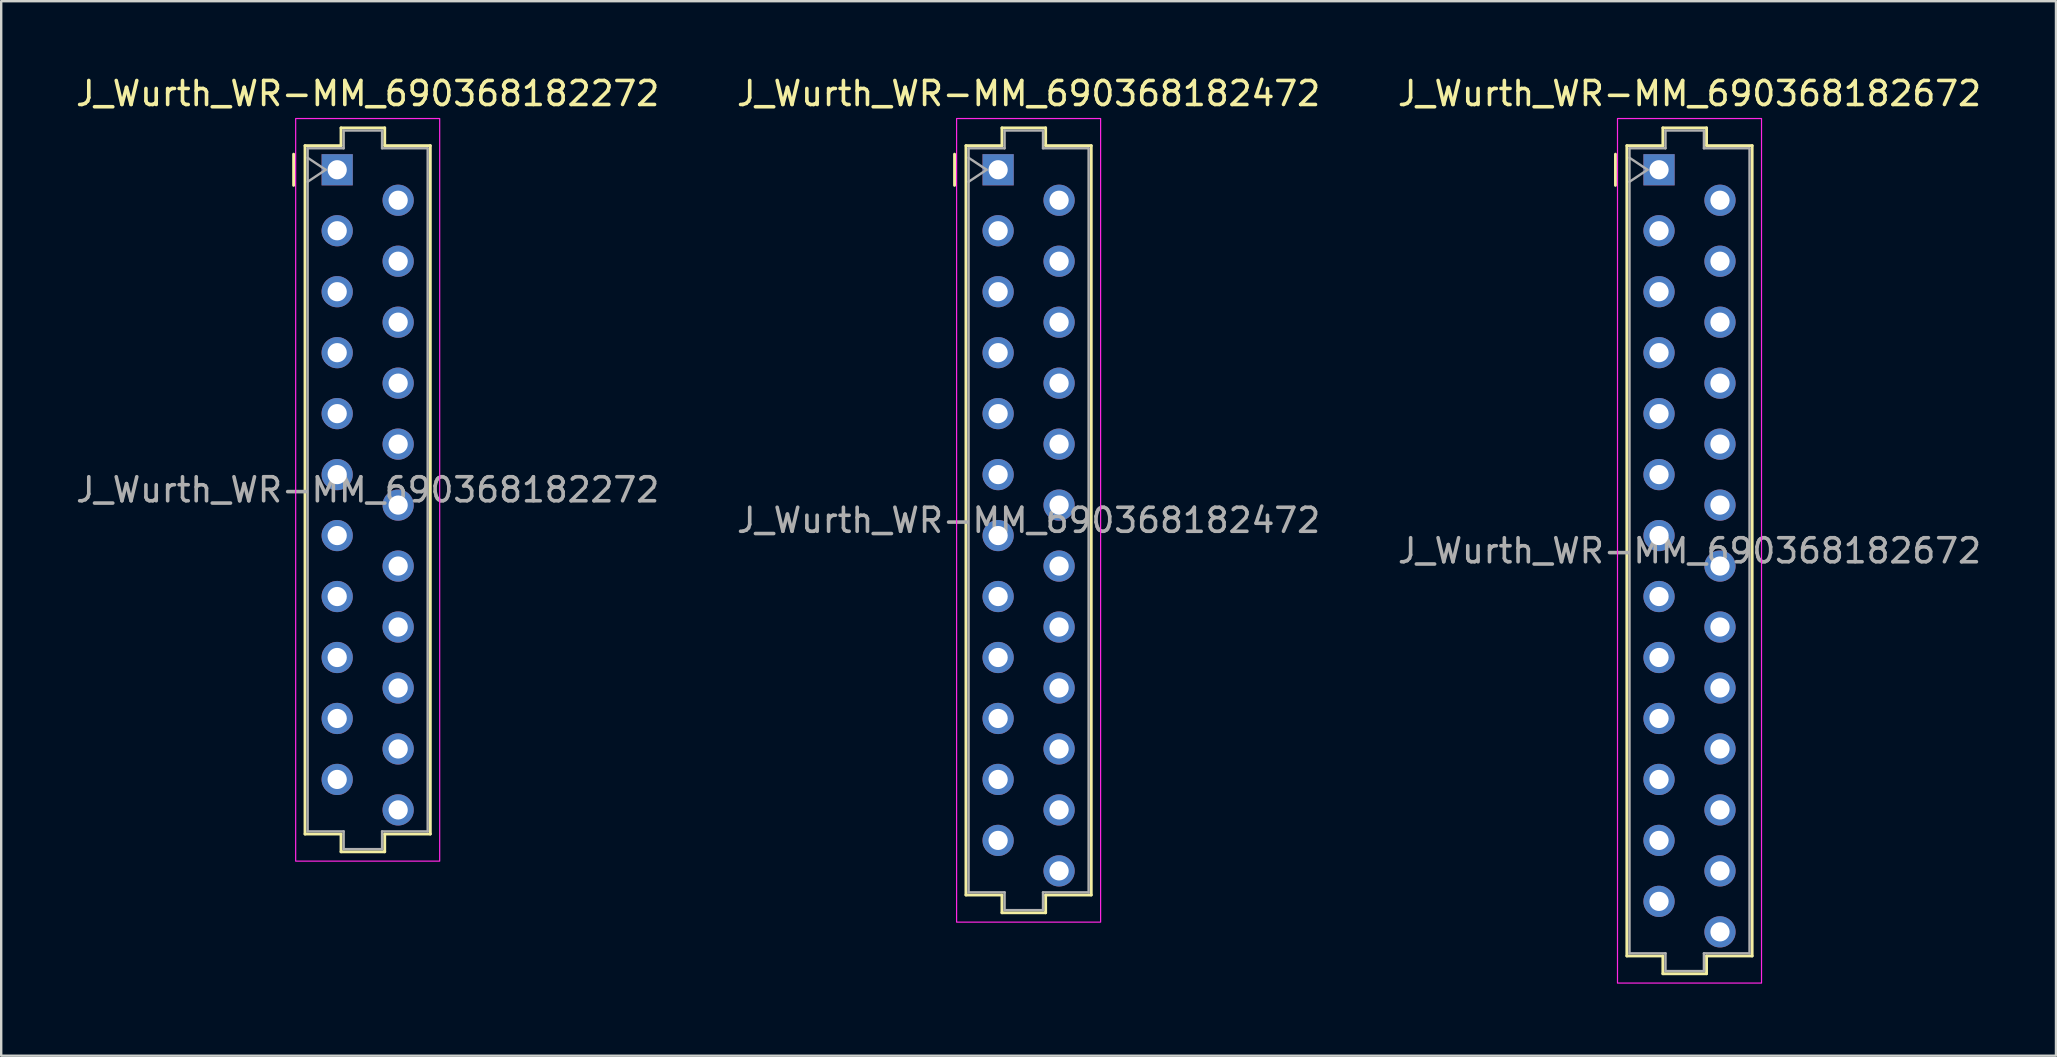
<source format=kicad_pcb>
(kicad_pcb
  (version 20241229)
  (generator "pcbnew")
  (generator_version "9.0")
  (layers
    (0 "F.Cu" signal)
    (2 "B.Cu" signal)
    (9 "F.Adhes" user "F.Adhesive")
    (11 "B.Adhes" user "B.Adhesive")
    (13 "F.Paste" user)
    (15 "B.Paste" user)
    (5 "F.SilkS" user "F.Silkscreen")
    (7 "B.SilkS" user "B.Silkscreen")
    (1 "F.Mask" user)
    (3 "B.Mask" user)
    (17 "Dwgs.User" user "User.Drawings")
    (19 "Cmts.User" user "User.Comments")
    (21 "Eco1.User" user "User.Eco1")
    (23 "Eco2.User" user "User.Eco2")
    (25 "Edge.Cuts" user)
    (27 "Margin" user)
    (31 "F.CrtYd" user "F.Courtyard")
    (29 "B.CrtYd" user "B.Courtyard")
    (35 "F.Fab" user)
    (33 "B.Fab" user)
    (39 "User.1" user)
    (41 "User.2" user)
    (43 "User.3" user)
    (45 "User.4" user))
  (footprint "J_Wurth_WR-MM_690368182472"
    (layer "F.Cu")
    (at 38.534 4.023)
    (property "Reference" "J_Wurth_WR-MM_690368182472" (at 1.27 -3.175 0) (unlocked yes) (layer "F.SilkS") (effects (font (size 1 1) (thickness 0.15))))
    (attr through_hole)
    (fp_line (start -1.815 0.65) (end -1.815 -0.65) (stroke (width 0.12) (type solid)) (layer "F.SilkS"))
    (fp_line (start -1.34 30.215) (end -1.34 -1.005) (stroke (width 0.12) (type solid)) (layer "F.SilkS"))
    (fp_line (start 0.16 -1.005) (end -1.34 -1.005) (stroke (width 0.12) (type solid)) (layer "F.SilkS"))
    (fp_line (start 0.16 -1.005) (end 0.16 -1.745) (stroke (width 0.12) (type solid)) (layer "F.SilkS"))
    (fp_line (start 0.16 30.215) (end -1.34 30.215) (stroke (width 0.12) (type solid)) (layer "F.SilkS"))
    (fp_line (start 0.16 30.215) (end 0.16 30.955) (stroke (width 0.12) (type solid)) (layer "F.SilkS"))
    (fp_line (start 1.98 -1.745) (end 0.16 -1.745) (stroke (width 0.12) (type solid)) (layer "F.SilkS"))
    (fp_line (start 1.98 -1.005) (end 1.98 -1.745) (stroke (width 0.12) (type solid)) (layer "F.SilkS"))
    (fp_line (start 1.98 30.215) (end 1.98 30.955) (stroke (width 0.12) (type solid)) (layer "F.SilkS"))
    (fp_line (start 1.98 30.955) (end 0.16 30.955) (stroke (width 0.12) (type solid)) (layer "F.SilkS"))
    (fp_line (start 3.88 -1.005) (end 1.98 -1.005) (stroke (width 0.12) (type solid)) (layer "F.SilkS"))
    (fp_line (start 3.88 30.215) (end 1.98 30.215) (stroke (width 0.12) (type solid)) (layer "F.SilkS"))
    (fp_line (start 3.88 30.215) (end 3.88 -1.005) (stroke (width 0.12) (type solid)) (layer "F.SilkS"))
    (fp_rect (start -1.73 -2.135) (end 4.27 31.345) (stroke (width 0.05) (type solid)) (fill no) (layer "F.CrtYd"))
    (fp_line (start -1.23 30.105) (end -1.23 -0.895) (stroke (width 0.1) (type solid)) (layer "F.Fab"))
    (fp_line (start -0.48 0) (end -1.23 -0.5) (stroke (width 0.1) (type solid)) (layer "F.Fab"))
    (fp_line (start -0.48 0) (end -1.23 0.5) (stroke (width 0.1) (type solid)) (layer "F.Fab"))
    (fp_line (start 0.27 -1.635) (end 1.87 -1.635) (stroke (width 0.1) (type solid)) (layer "F.Fab"))
    (fp_line (start 0.27 -0.895) (end -1.23 -0.895) (stroke (width 0.1) (type solid)) (layer "F.Fab"))
    (fp_line (start 0.27 -0.895) (end 0.27 -1.635) (stroke (width 0.1) (type solid)) (layer "F.Fab"))
    (fp_line (start 0.27 30.105) (end -1.23 30.105) (stroke (width 0.1) (type solid)) (layer "F.Fab"))
    (fp_line (start 0.27 30.105) (end 0.27 30.845) (stroke (width 0.1) (type solid)) (layer "F.Fab"))
    (fp_line (start 0.27 30.845) (end 1.87 30.845) (stroke (width 0.1) (type solid)) (layer "F.Fab"))
    (fp_line (start 1.87 -0.895) (end 1.87 -1.635) (stroke (width 0.1) (type solid)) (layer "F.Fab"))
    (fp_line (start 1.87 -0.895) (end 3.77 -0.895) (stroke (width 0.1) (type solid)) (layer "F.Fab"))
    (fp_line (start 1.87 30.105) (end 1.87 30.845) (stroke (width 0.1) (type solid)) (layer "F.Fab"))
    (fp_line (start 1.87 30.105) (end 3.77 30.105) (stroke (width 0.1) (type solid)) (layer "F.Fab"))
    (fp_line (start 3.77 30.105) (end 3.77 -0.895) (stroke (width 0.1) (type solid)) (layer "F.Fab"))
    (fp_text user "${REFERENCE}" (at 1.27 14.605 0) (unlocked yes) (layer "F.Fab") (effects (font (size 1 1) (thickness 0.15))))
    (pad "1" thru_hole rect (at 0 0 90) (size 1.3 1.3) (drill 0.8) (layers "*.Cu" "*.Mask"))
    (pad "2" thru_hole circle (at 2.54 1.27 90) (size 1.3 1.3) (drill 0.8) (layers "*.Cu" "*.Mask"))
    (pad "3" thru_hole circle (at 0 2.54 90) (size 1.3 1.3) (drill 0.8) (layers "*.Cu" "*.Mask"))
    (pad "4" thru_hole circle (at 2.54 3.81 90) (size 1.3 1.3) (drill 0.8) (layers "*.Cu" "*.Mask"))
    (pad "5" thru_hole circle (at 0 5.08 90) (size 1.3 1.3) (drill 0.8) (layers "*.Cu" "*.Mask"))
    (pad "6" thru_hole circle (at 2.54 6.35 90) (size 1.3 1.3) (drill 0.8) (layers "*.Cu" "*.Mask"))
    (pad "7" thru_hole circle (at 0 7.62 90) (size 1.3 1.3) (drill 0.8) (layers "*.Cu" "*.Mask"))
    (pad "8" thru_hole circle (at 2.54 8.89 90) (size 1.3 1.3) (drill 0.8) (layers "*.Cu" "*.Mask"))
    (pad "9" thru_hole circle (at 0 10.16 90) (size 1.3 1.3) (drill 0.8) (layers "*.Cu" "*.Mask"))
    (pad "10" thru_hole circle (at 2.54 11.43 90) (size 1.3 1.3) (drill 0.8) (layers "*.Cu" "*.Mask"))
    (pad "11" thru_hole circle (at 0 12.7 90) (size 1.3 1.3) (drill 0.8) (layers "*.Cu" "*.Mask"))
    (pad "12" thru_hole circle (at 2.54 13.97 90) (size 1.3 1.3) (drill 0.8) (layers "*.Cu" "*.Mask"))
    (pad "13" thru_hole circle (at 0 15.24 90) (size 1.3 1.3) (drill 0.8) (layers "*.Cu" "*.Mask"))
    (pad "14" thru_hole circle (at 2.54 16.51 90) (size 1.3 1.3) (drill 0.8) (layers "*.Cu" "*.Mask"))
    (pad "15" thru_hole circle (at 0 17.78 90) (size 1.3 1.3) (drill 0.8) (layers "*.Cu" "*.Mask"))
    (pad "16" thru_hole circle (at 2.54 19.05 90) (size 1.3 1.3) (drill 0.8) (layers "*.Cu" "*.Mask"))
    (pad "17" thru_hole circle (at 0 20.32 90) (size 1.3 1.3) (drill 0.8) (layers "*.Cu" "*.Mask"))
    (pad "18" thru_hole circle (at 2.54 21.59 90) (size 1.3 1.3) (drill 0.8) (layers "*.Cu" "*.Mask"))
    (pad "19" thru_hole circle (at 0 22.86 90) (size 1.3 1.3) (drill 0.8) (layers "*.Cu" "*.Mask"))
    (pad "20" thru_hole circle (at 2.54 24.13 90) (size 1.3 1.3) (drill 0.8) (layers "*.Cu" "*.Mask"))
    (pad "21" thru_hole circle (at 0 25.4 90) (size 1.3 1.3) (drill 0.8) (layers "*.Cu" "*.Mask"))
    (pad "22" thru_hole circle (at 2.54 26.67 90) (size 1.3 1.3) (drill 0.8) (layers "*.Cu" "*.Mask"))
    (pad "23" thru_hole circle (at 0 27.94 90) (size 1.3 1.3) (drill 0.8) (layers "*.Cu" "*.Mask"))
    (pad "24" thru_hole circle (at 2.54 29.21 90) (size 1.3 1.3) (drill 0.8) (layers "*.Cu" "*.Mask")))
  (footprint "J_Wurth_WR-MM_690368182272"
    (layer "F.Cu")
    (at 10.998 4.023)
    (property "Reference" "J_Wurth_WR-MM_690368182272" (at 1.27 -3.175 0) (unlocked yes) (layer "F.SilkS") (effects (font (size 1 1) (thickness 0.15))))
    (attr through_hole)
    (fp_line (start -1.815 0.65) (end -1.815 -0.65) (stroke (width 0.12) (type solid)) (layer "F.SilkS"))
    (fp_line (start -1.34 27.675) (end -1.34 -1.005) (stroke (width 0.12) (type solid)) (layer "F.SilkS"))
    (fp_line (start 0.16 -1.005) (end -1.34 -1.005) (stroke (width 0.12) (type solid)) (layer "F.SilkS"))
    (fp_line (start 0.16 -1.005) (end 0.16 -1.745) (stroke (width 0.12) (type solid)) (layer "F.SilkS"))
    (fp_line (start 0.16 27.675) (end -1.34 27.675) (stroke (width 0.12) (type solid)) (layer "F.SilkS"))
    (fp_line (start 0.16 27.675) (end 0.16 28.415) (stroke (width 0.12) (type solid)) (layer "F.SilkS"))
    (fp_line (start 1.98 -1.745) (end 0.16 -1.745) (stroke (width 0.12) (type solid)) (layer "F.SilkS"))
    (fp_line (start 1.98 -1.005) (end 1.98 -1.745) (stroke (width 0.12) (type solid)) (layer "F.SilkS"))
    (fp_line (start 1.98 27.675) (end 1.98 28.415) (stroke (width 0.12) (type solid)) (layer "F.SilkS"))
    (fp_line (start 1.98 28.415) (end 0.16 28.415) (stroke (width 0.12) (type solid)) (layer "F.SilkS"))
    (fp_line (start 3.88 -1.005) (end 1.98 -1.005) (stroke (width 0.12) (type solid)) (layer "F.SilkS"))
    (fp_line (start 3.88 27.675) (end 1.98 27.675) (stroke (width 0.12) (type solid)) (layer "F.SilkS"))
    (fp_line (start 3.88 27.675) (end 3.88 -1.005) (stroke (width 0.12) (type solid)) (layer "F.SilkS"))
    (fp_rect (start -1.73 -2.135) (end 4.27 28.805) (stroke (width 0.05) (type solid)) (fill no) (layer "F.CrtYd"))
    (fp_line (start -1.23 27.565) (end -1.23 -0.895) (stroke (width 0.1) (type solid)) (layer "F.Fab"))
    (fp_line (start -0.48 0) (end -1.23 -0.5) (stroke (width 0.1) (type solid)) (layer "F.Fab"))
    (fp_line (start -0.48 0) (end -1.23 0.5) (stroke (width 0.1) (type solid)) (layer "F.Fab"))
    (fp_line (start 0.27 -1.635) (end 1.87 -1.635) (stroke (width 0.1) (type solid)) (layer "F.Fab"))
    (fp_line (start 0.27 -0.895) (end -1.23 -0.895) (stroke (width 0.1) (type solid)) (layer "F.Fab"))
    (fp_line (start 0.27 -0.895) (end 0.27 -1.635) (stroke (width 0.1) (type solid)) (layer "F.Fab"))
    (fp_line (start 0.27 27.565) (end -1.23 27.565) (stroke (width 0.1) (type solid)) (layer "F.Fab"))
    (fp_line (start 0.27 27.565) (end 0.27 28.305) (stroke (width 0.1) (type solid)) (layer "F.Fab"))
    (fp_line (start 0.27 28.305) (end 1.87 28.305) (stroke (width 0.1) (type solid)) (layer "F.Fab"))
    (fp_line (start 1.87 -0.895) (end 1.87 -1.635) (stroke (width 0.1) (type solid)) (layer "F.Fab"))
    (fp_line (start 1.87 -0.895) (end 3.77 -0.895) (stroke (width 0.1) (type solid)) (layer "F.Fab"))
    (fp_line (start 1.87 27.565) (end 1.87 28.305) (stroke (width 0.1) (type solid)) (layer "F.Fab"))
    (fp_line (start 1.87 27.565) (end 3.77 27.565) (stroke (width 0.1) (type solid)) (layer "F.Fab"))
    (fp_line (start 3.77 27.565) (end 3.77 -0.895) (stroke (width 0.1) (type solid)) (layer "F.Fab"))
    (fp_text user "${REFERENCE}" (at 1.27 13.335 0) (unlocked yes) (layer "F.Fab") (effects (font (size 1 1) (thickness 0.15))))
    (pad "1" thru_hole rect (at 0 0 90) (size 1.3 1.3) (drill 0.8) (layers "*.Cu" "*.Mask"))
    (pad "2" thru_hole circle (at 2.54 1.27 90) (size 1.3 1.3) (drill 0.8) (layers "*.Cu" "*.Mask"))
    (pad "3" thru_hole circle (at 0 2.54 90) (size 1.3 1.3) (drill 0.8) (layers "*.Cu" "*.Mask"))
    (pad "4" thru_hole circle (at 2.54 3.81 90) (size 1.3 1.3) (drill 0.8) (layers "*.Cu" "*.Mask"))
    (pad "5" thru_hole circle (at 0 5.08 90) (size 1.3 1.3) (drill 0.8) (layers "*.Cu" "*.Mask"))
    (pad "6" thru_hole circle (at 2.54 6.35 90) (size 1.3 1.3) (drill 0.8) (layers "*.Cu" "*.Mask"))
    (pad "7" thru_hole circle (at 0 7.62 90) (size 1.3 1.3) (drill 0.8) (layers "*.Cu" "*.Mask"))
    (pad "8" thru_hole circle (at 2.54 8.89 90) (size 1.3 1.3) (drill 0.8) (layers "*.Cu" "*.Mask"))
    (pad "9" thru_hole circle (at 0 10.16 90) (size 1.3 1.3) (drill 0.8) (layers "*.Cu" "*.Mask"))
    (pad "10" thru_hole circle (at 2.54 11.43 90) (size 1.3 1.3) (drill 0.8) (layers "*.Cu" "*.Mask"))
    (pad "11" thru_hole circle (at 0 12.7 90) (size 1.3 1.3) (drill 0.8) (layers "*.Cu" "*.Mask"))
    (pad "12" thru_hole circle (at 2.54 13.97 90) (size 1.3 1.3) (drill 0.8) (layers "*.Cu" "*.Mask"))
    (pad "13" thru_hole circle (at 0 15.24 90) (size 1.3 1.3) (drill 0.8) (layers "*.Cu" "*.Mask"))
    (pad "14" thru_hole circle (at 2.54 16.51 90) (size 1.3 1.3) (drill 0.8) (layers "*.Cu" "*.Mask"))
    (pad "15" thru_hole circle (at 0 17.78 90) (size 1.3 1.3) (drill 0.8) (layers "*.Cu" "*.Mask"))
    (pad "16" thru_hole circle (at 2.54 19.05 90) (size 1.3 1.3) (drill 0.8) (layers "*.Cu" "*.Mask"))
    (pad "17" thru_hole circle (at 0 20.32 90) (size 1.3 1.3) (drill 0.8) (layers "*.Cu" "*.Mask"))
    (pad "18" thru_hole circle (at 2.54 21.59 90) (size 1.3 1.3) (drill 0.8) (layers "*.Cu" "*.Mask"))
    (pad "19" thru_hole circle (at 0 22.86 90) (size 1.3 1.3) (drill 0.8) (layers "*.Cu" "*.Mask"))
    (pad "20" thru_hole circle (at 2.54 24.13 90) (size 1.3 1.3) (drill 0.8) (layers "*.Cu" "*.Mask"))
    (pad "21" thru_hole circle (at 0 25.4 90) (size 1.3 1.3) (drill 0.8) (layers "*.Cu" "*.Mask"))
    (pad "22" thru_hole circle (at 2.54 26.67 90) (size 1.3 1.3) (drill 0.8) (layers "*.Cu" "*.Mask")))
  (footprint "J_Wurth_WR-MM_690368182672"
    (layer "F.Cu")
    (at 66.069 4.023)
    (property "Reference" "J_Wurth_WR-MM_690368182672" (at 1.27 -3.175 0) (unlocked yes) (layer "F.SilkS") (effects (font (size 1 1) (thickness 0.15))))
    (attr through_hole)
    (fp_line (start -1.815 0.65) (end -1.815 -0.65) (stroke (width 0.12) (type solid)) (layer "F.SilkS"))
    (fp_line (start -1.34 32.755) (end -1.34 -1.005) (stroke (width 0.12) (type solid)) (layer "F.SilkS"))
    (fp_line (start 0.16 -1.005) (end -1.34 -1.005) (stroke (width 0.12) (type solid)) (layer "F.SilkS"))
    (fp_line (start 0.16 -1.005) (end 0.16 -1.745) (stroke (width 0.12) (type solid)) (layer "F.SilkS"))
    (fp_line (start 0.16 32.755) (end -1.34 32.755) (stroke (width 0.12) (type solid)) (layer "F.SilkS"))
    (fp_line (start 0.16 32.755) (end 0.16 33.495) (stroke (width 0.12) (type solid)) (layer "F.SilkS"))
    (fp_line (start 1.98 -1.745) (end 0.16 -1.745) (stroke (width 0.12) (type solid)) (layer "F.SilkS"))
    (fp_line (start 1.98 -1.005) (end 1.98 -1.745) (stroke (width 0.12) (type solid)) (layer "F.SilkS"))
    (fp_line (start 1.98 32.755) (end 1.98 33.495) (stroke (width 0.12) (type solid)) (layer "F.SilkS"))
    (fp_line (start 1.98 33.495) (end 0.16 33.495) (stroke (width 0.12) (type solid)) (layer "F.SilkS"))
    (fp_line (start 3.88 -1.005) (end 1.98 -1.005) (stroke (width 0.12) (type solid)) (layer "F.SilkS"))
    (fp_line (start 3.88 32.755) (end 1.98 32.755) (stroke (width 0.12) (type solid)) (layer "F.SilkS"))
    (fp_line (start 3.88 32.755) (end 3.88 -1.005) (stroke (width 0.12) (type solid)) (layer "F.SilkS"))
    (fp_rect (start -1.73 -2.135) (end 4.27 33.885) (stroke (width 0.05) (type solid)) (fill no) (layer "F.CrtYd"))
    (fp_line (start -1.23 32.645) (end -1.23 -0.895) (stroke (width 0.1) (type solid)) (layer "F.Fab"))
    (fp_line (start -0.48 0) (end -1.23 -0.5) (stroke (width 0.1) (type solid)) (layer "F.Fab"))
    (fp_line (start -0.48 0) (end -1.23 0.5) (stroke (width 0.1) (type solid)) (layer "F.Fab"))
    (fp_line (start 0.27 -1.635) (end 1.87 -1.635) (stroke (width 0.1) (type solid)) (layer "F.Fab"))
    (fp_line (start 0.27 -0.895) (end -1.23 -0.895) (stroke (width 0.1) (type solid)) (layer "F.Fab"))
    (fp_line (start 0.27 -0.895) (end 0.27 -1.635) (stroke (width 0.1) (type solid)) (layer "F.Fab"))
    (fp_line (start 0.27 32.645) (end -1.23 32.645) (stroke (width 0.1) (type solid)) (layer "F.Fab"))
    (fp_line (start 0.27 32.645) (end 0.27 33.385) (stroke (width 0.1) (type solid)) (layer "F.Fab"))
    (fp_line (start 0.27 33.385) (end 1.87 33.385) (stroke (width 0.1) (type solid)) (layer "F.Fab"))
    (fp_line (start 1.87 -0.895) (end 1.87 -1.635) (stroke (width 0.1) (type solid)) (layer "F.Fab"))
    (fp_line (start 1.87 -0.895) (end 3.77 -0.895) (stroke (width 0.1) (type solid)) (layer "F.Fab"))
    (fp_line (start 1.87 32.645) (end 1.87 33.385) (stroke (width 0.1) (type solid)) (layer "F.Fab"))
    (fp_line (start 1.87 32.645) (end 3.77 32.645) (stroke (width 0.1) (type solid)) (layer "F.Fab"))
    (fp_line (start 3.77 32.645) (end 3.77 -0.895) (stroke (width 0.1) (type solid)) (layer "F.Fab"))
    (fp_text user "${REFERENCE}" (at 1.27 15.875 0) (unlocked yes) (layer "F.Fab") (effects (font (size 1 1) (thickness 0.15))))
    (pad "1" thru_hole rect (at 0 0 90) (size 1.3 1.3) (drill 0.8) (layers "*.Cu" "*.Mask"))
    (pad "2" thru_hole circle (at 2.54 1.27 90) (size 1.3 1.3) (drill 0.8) (layers "*.Cu" "*.Mask"))
    (pad "3" thru_hole circle (at 0 2.54 90) (size 1.3 1.3) (drill 0.8) (layers "*.Cu" "*.Mask"))
    (pad "4" thru_hole circle (at 2.54 3.81 90) (size 1.3 1.3) (drill 0.8) (layers "*.Cu" "*.Mask"))
    (pad "5" thru_hole circle (at 0 5.08 90) (size 1.3 1.3) (drill 0.8) (layers "*.Cu" "*.Mask"))
    (pad "6" thru_hole circle (at 2.54 6.35 90) (size 1.3 1.3) (drill 0.8) (layers "*.Cu" "*.Mask"))
    (pad "7" thru_hole circle (at 0 7.62 90) (size 1.3 1.3) (drill 0.8) (layers "*.Cu" "*.Mask"))
    (pad "8" thru_hole circle (at 2.54 8.89 90) (size 1.3 1.3) (drill 0.8) (layers "*.Cu" "*.Mask"))
    (pad "9" thru_hole circle (at 0 10.16 90) (size 1.3 1.3) (drill 0.8) (layers "*.Cu" "*.Mask"))
    (pad "10" thru_hole circle (at 2.54 11.43 90) (size 1.3 1.3) (drill 0.8) (layers "*.Cu" "*.Mask"))
    (pad "11" thru_hole circle (at 0 12.7 90) (size 1.3 1.3) (drill 0.8) (layers "*.Cu" "*.Mask"))
    (pad "12" thru_hole circle (at 2.54 13.97 90) (size 1.3 1.3) (drill 0.8) (layers "*.Cu" "*.Mask"))
    (pad "13" thru_hole circle (at 0 15.24 90) (size 1.3 1.3) (drill 0.8) (layers "*.Cu" "*.Mask"))
    (pad "14" thru_hole circle (at 2.54 16.51 90) (size 1.3 1.3) (drill 0.8) (layers "*.Cu" "*.Mask"))
    (pad "15" thru_hole circle (at 0 17.78 90) (size 1.3 1.3) (drill 0.8) (layers "*.Cu" "*.Mask"))
    (pad "16" thru_hole circle (at 2.54 19.05 90) (size 1.3 1.3) (drill 0.8) (layers "*.Cu" "*.Mask"))
    (pad "17" thru_hole circle (at 0 20.32 90) (size 1.3 1.3) (drill 0.8) (layers "*.Cu" "*.Mask"))
    (pad "18" thru_hole circle (at 2.54 21.59 90) (size 1.3 1.3) (drill 0.8) (layers "*.Cu" "*.Mask"))
    (pad "19" thru_hole circle (at 0 22.86 90) (size 1.3 1.3) (drill 0.8) (layers "*.Cu" "*.Mask"))
    (pad "20" thru_hole circle (at 2.54 24.13 90) (size 1.3 1.3) (drill 0.8) (layers "*.Cu" "*.Mask"))
    (pad "21" thru_hole circle (at 0 25.4 90) (size 1.3 1.3) (drill 0.8) (layers "*.Cu" "*.Mask"))
    (pad "22" thru_hole circle (at 2.54 26.67 90) (size 1.3 1.3) (drill 0.8) (layers "*.Cu" "*.Mask"))
    (pad "23" thru_hole circle (at 0 27.94 90) (size 1.3 1.3) (drill 0.8) (layers "*.Cu" "*.Mask"))
    (pad "24" thru_hole circle (at 2.54 29.21 90) (size 1.3 1.3) (drill 0.8) (layers "*.Cu" "*.Mask"))
    (pad "25" thru_hole circle (at 0 30.48 90) (size 1.3 1.3) (drill 0.8) (layers "*.Cu" "*.Mask"))
    (pad "26" thru_hole circle (at 2.54 31.75 90) (size 1.3 1.3) (drill 0.8) (layers "*.Cu" "*.Mask")))
  (gr_rect
    (start -3 -3)
    (end 82.607 40.933)
    (stroke (width 0.1) (type default))
    (fill no)
    (layer "Edge.Cuts")))
</source>
